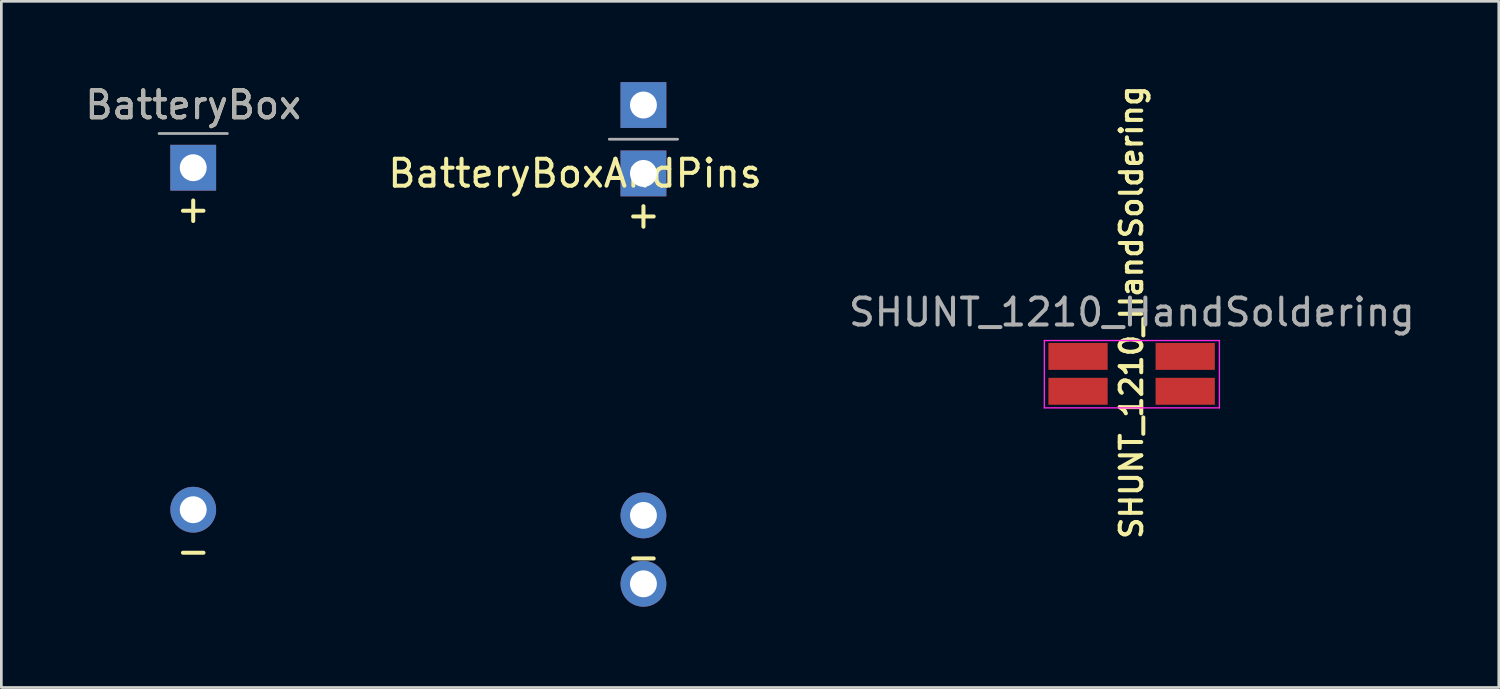
<source format=kicad_pcb>
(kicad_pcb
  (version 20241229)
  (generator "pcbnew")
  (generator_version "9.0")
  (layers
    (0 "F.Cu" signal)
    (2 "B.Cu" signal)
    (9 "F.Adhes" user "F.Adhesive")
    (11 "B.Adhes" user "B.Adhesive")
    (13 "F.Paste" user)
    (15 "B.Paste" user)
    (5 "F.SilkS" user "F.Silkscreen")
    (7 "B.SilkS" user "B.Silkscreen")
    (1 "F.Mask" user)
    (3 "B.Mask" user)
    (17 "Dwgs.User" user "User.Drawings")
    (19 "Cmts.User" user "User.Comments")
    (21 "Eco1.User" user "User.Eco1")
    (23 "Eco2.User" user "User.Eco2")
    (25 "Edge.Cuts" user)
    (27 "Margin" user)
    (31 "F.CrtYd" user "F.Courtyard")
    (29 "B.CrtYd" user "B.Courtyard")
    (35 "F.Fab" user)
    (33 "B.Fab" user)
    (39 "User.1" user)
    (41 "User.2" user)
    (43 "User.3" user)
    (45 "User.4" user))
  (footprint "SHUNT_1210_HandSoldering"
    (layer "F.Cu")
    (at 38.982 10.845)
    (property "Reference" "SHUNT_1210_HandSoldering" (at -0.014 -2.3 270) (layer "F.SilkS") (effects (font (size 0.8 0.8) (thickness 0.15))))
    (attr smd)
    (fp_line (start -3.25 -1.25) (end -3.25 1.25) (stroke (width 0.05) (type solid)) (layer "F.CrtYd"))
    (fp_line (start -3.25 -1.25) (end 3.25 -1.25) (stroke (width 0.05) (type solid)) (layer "F.CrtYd"))
    (fp_line (start 3.25 1.25) (end -3.25 1.25) (stroke (width 0.05) (type solid)) (layer "F.CrtYd"))
    (fp_line (start 3.25 1.25) (end 3.25 -1.25) (stroke (width 0.05) (type solid)) (layer "F.CrtYd"))
    (fp_text user "${REFERENCE}" (at 0 -2.3 0) (layer "F.Fab") (effects (font (size 1 1) (thickness 0.15))))
    (pad "1" smd rect (at -2 0.635) (size 2.2 1) (layers "F.Cu" "F.Mask" "F.Paste"))
    (pad "2" smd rect (at -2 -0.66) (size 2.2 1) (layers "F.Cu" "F.Mask" "F.Paste"))
    (pad "3" smd rect (at 1.981 -0.66) (size 2.2 1) (layers "F.Cu" "F.Mask" "F.Paste"))
    (pad "4" smd rect (at 1.981 0.635) (size 2.2 1) (layers "F.Cu" "F.Mask" "F.Paste")))
  (footprint "BatteryBoxAndPins"
    (layer "F.Cu")
    (at 20.844 3.39)
    (property "Reference" "BatteryBoxAndPins" (at -2.54 0 0) (layer "F.SilkS") (effects (font (size 1 1) (thickness 0.15))))
    (attr through_hole)
    (fp_line (start 1.27 -1.27) (end -1.27 -1.27) (stroke (width 0.1) (type solid)) (layer "F.Fab"))
    (fp_text user "-" (at 0 14.224 0) (layer "F.SilkS") (effects (font (size 1 1) (thickness 0.15))))
    (fp_text user "+" (at 0 1.524 0) (layer "F.SilkS") (effects (font (size 1 1) (thickness 0.15))))
    (pad "1" thru_hole rect (at 0 -2.54) (size 1.7 1.7) (drill 1) (layers "*.Cu" "*.Mask"))
    (pad "1" thru_hole rect (at 0 0) (size 1.7 1.7) (drill 1) (layers "*.Cu" "*.Mask"))
    (pad "2" thru_hole oval (at 0 12.7) (size 1.7 1.7) (drill 1) (layers "*.Cu" "*.Mask"))
    (pad "2" thru_hole oval (at 0 15.24) (size 1.7 1.7) (drill 1) (layers "*.Cu" "*.Mask")))
  (footprint "BatteryBox"
    (layer "F.Cu")
    (at 4.125 3.178)
    (property "Reference" "BatteryBox" (at 0 -2.33 0) (layer "F.SilkS") (effects (font (size 1 1) (thickness 0.15))))
    (attr through_hole)
    (fp_line (start 1.27 -1.27) (end -1.27 -1.27) (stroke (width 0.1) (type solid)) (layer "F.Fab"))
    (fp_text user "+" (at 0 1.524 0) (layer "F.SilkS") (effects (font (size 1 1) (thickness 0.15))))
    (fp_text user "-" (at 0 14.224 0) (layer "F.SilkS") (effects (font (size 1 1) (thickness 0.15))))
    (fp_text user "${REFERENCE}" (at 0 -2.33 0) (layer "F.Fab") (effects (font (size 1 1) (thickness 0.15))))
    (pad "1" thru_hole rect (at 0 0) (size 1.7 1.7) (drill 1) (layers "*.Cu" "*.Mask"))
    (pad "2" thru_hole oval (at 0 12.7) (size 1.7 1.7) (drill 1) (layers "*.Cu" "*.Mask")))
  (gr_rect
    (start -3 -3)
    (end 52.607 22.48)
    (stroke (width 0.1) (type default))
    (fill no)
    (layer "Edge.Cuts")))
</source>
